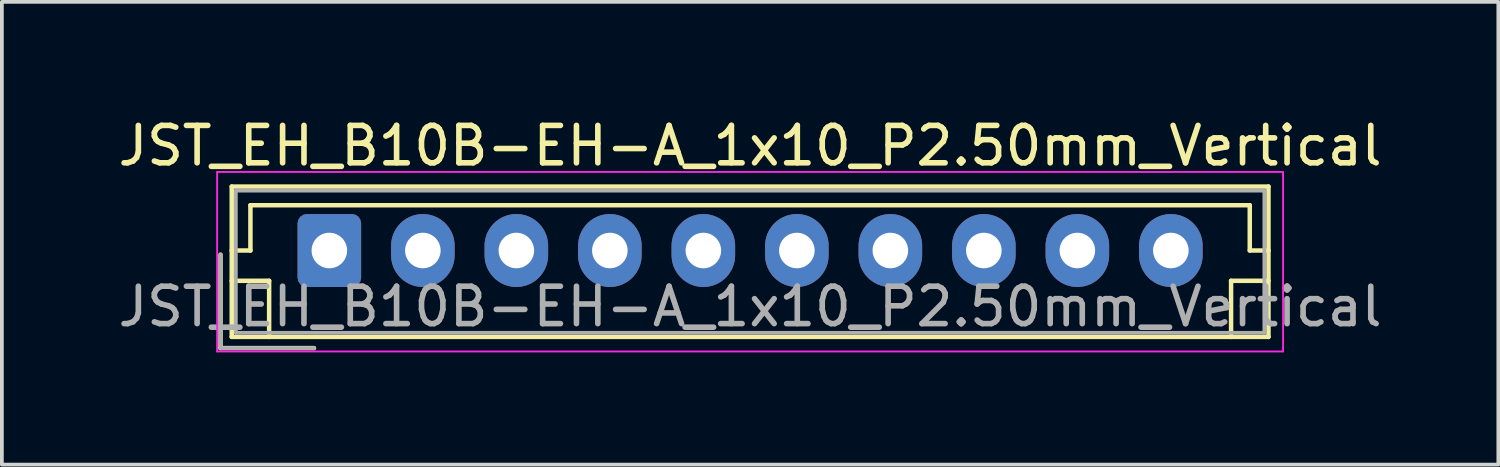
<source format=kicad_pcb>
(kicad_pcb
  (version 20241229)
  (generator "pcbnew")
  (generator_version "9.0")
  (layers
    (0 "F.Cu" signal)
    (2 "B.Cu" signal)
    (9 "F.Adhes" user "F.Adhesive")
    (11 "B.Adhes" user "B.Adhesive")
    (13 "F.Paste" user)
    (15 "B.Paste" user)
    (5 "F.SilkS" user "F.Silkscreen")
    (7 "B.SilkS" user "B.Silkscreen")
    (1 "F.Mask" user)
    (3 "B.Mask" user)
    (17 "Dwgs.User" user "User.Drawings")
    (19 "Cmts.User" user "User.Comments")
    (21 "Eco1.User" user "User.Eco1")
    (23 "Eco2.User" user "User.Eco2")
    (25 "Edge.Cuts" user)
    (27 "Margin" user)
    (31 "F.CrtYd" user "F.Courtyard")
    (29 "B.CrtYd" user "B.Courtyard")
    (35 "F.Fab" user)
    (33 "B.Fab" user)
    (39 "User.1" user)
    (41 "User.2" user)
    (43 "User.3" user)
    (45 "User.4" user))
  (footprint "JST_EH_B10B-EH-A_1x10_P2.50mm_Vertical"
    (layer "F.Cu")
    (at 5.756 3.648)
    (property "Reference" "JST_EH_B10B-EH-A_1x10_P2.50mm_Vertical" (at 11.25 -2.8 0) (layer "F.SilkS") (effects (font (size 1 1) (thickness 0.15))))
    (attr through_hole)
    (fp_line (start -2.91 0.11) (end -2.91 2.61) (stroke (width 0.12) (type solid)) (layer "F.SilkS"))
    (fp_line (start -2.91 2.61) (end -0.41 2.61) (stroke (width 0.12) (type solid)) (layer "F.SilkS"))
    (fp_line (start -2.61 -1.71) (end -2.61 2.31) (stroke (width 0.12) (type solid)) (layer "F.SilkS"))
    (fp_line (start -2.61 0) (end -2.11 0) (stroke (width 0.12) (type solid)) (layer "F.SilkS"))
    (fp_line (start -2.61 0.81) (end -1.61 0.81) (stroke (width 0.12) (type solid)) (layer "F.SilkS"))
    (fp_line (start -2.61 2.31) (end 25.11 2.31) (stroke (width 0.12) (type solid)) (layer "F.SilkS"))
    (fp_line (start -2.11 -1.21) (end 24.61 -1.21) (stroke (width 0.12) (type solid)) (layer "F.SilkS"))
    (fp_line (start -2.11 0) (end -2.11 -1.21) (stroke (width 0.12) (type solid)) (layer "F.SilkS"))
    (fp_line (start -1.61 0.81) (end -1.61 2.31) (stroke (width 0.12) (type solid)) (layer "F.SilkS"))
    (fp_line (start 24.11 0.81) (end 24.11 2.31) (stroke (width 0.12) (type solid)) (layer "F.SilkS"))
    (fp_line (start 24.61 -1.21) (end 24.61 0) (stroke (width 0.12) (type solid)) (layer "F.SilkS"))
    (fp_line (start 24.61 0) (end 25.11 0) (stroke (width 0.12) (type solid)) (layer "F.SilkS"))
    (fp_line (start 25.11 -1.71) (end -2.61 -1.71) (stroke (width 0.12) (type solid)) (layer "F.SilkS"))
    (fp_line (start 25.11 0.81) (end 24.11 0.81) (stroke (width 0.12) (type solid)) (layer "F.SilkS"))
    (fp_line (start 25.11 2.31) (end 25.11 -1.71) (stroke (width 0.12) (type solid)) (layer "F.SilkS"))
    (fp_line (start -3 -2.1) (end -3 2.7) (stroke (width 0.05) (type solid)) (layer "F.CrtYd"))
    (fp_line (start -3 2.7) (end 25.5 2.7) (stroke (width 0.05) (type solid)) (layer "F.CrtYd"))
    (fp_line (start 25.5 -2.1) (end -3 -2.1) (stroke (width 0.05) (type solid)) (layer "F.CrtYd"))
    (fp_line (start 25.5 2.7) (end 25.5 -2.1) (stroke (width 0.05) (type solid)) (layer "F.CrtYd"))
    (fp_line (start -2.91 0.11) (end -2.91 2.61) (stroke (width 0.1) (type solid)) (layer "F.Fab"))
    (fp_line (start -2.91 2.61) (end -0.41 2.61) (stroke (width 0.1) (type solid)) (layer "F.Fab"))
    (fp_line (start -2.5 -1.6) (end -2.5 2.2) (stroke (width 0.1) (type solid)) (layer "F.Fab"))
    (fp_line (start -2.5 2.2) (end 25 2.2) (stroke (width 0.1) (type solid)) (layer "F.Fab"))
    (fp_line (start 25 -1.6) (end -2.5 -1.6) (stroke (width 0.1) (type solid)) (layer "F.Fab"))
    (fp_line (start 25 2.2) (end 25 -1.6) (stroke (width 0.1) (type solid)) (layer "F.Fab"))
    (fp_text user "${REFERENCE}" (at 11.25 1.5 0) (layer "F.Fab") (effects (font (size 1 1) (thickness 0.15))))
    (pad "1" thru_hole roundrect (at 0 0) (size 1.7 1.95) (drill 0.95) (layers "*.Cu" "*.Mask") (roundrect_rratio 0.147))
    (pad "2" thru_hole oval (at 2.5 0) (size 1.7 1.95) (drill 0.95) (layers "*.Cu" "*.Mask"))
    (pad "3" thru_hole oval (at 5 0) (size 1.7 1.95) (drill 0.95) (layers "*.Cu" "*.Mask"))
    (pad "4" thru_hole oval (at 7.5 0) (size 1.7 1.95) (drill 0.95) (layers "*.Cu" "*.Mask"))
    (pad "5" thru_hole oval (at 10 0) (size 1.7 1.95) (drill 0.95) (layers "*.Cu" "*.Mask"))
    (pad "6" thru_hole oval (at 12.5 0) (size 1.7 1.95) (drill 0.95) (layers "*.Cu" "*.Mask"))
    (pad "7" thru_hole oval (at 15 0) (size 1.7 1.95) (drill 0.95) (layers "*.Cu" "*.Mask"))
    (pad "8" thru_hole oval (at 17.5 0) (size 1.7 1.95) (drill 0.95) (layers "*.Cu" "*.Mask"))
    (pad "9" thru_hole oval (at 20 0) (size 1.7 1.95) (drill 0.95) (layers "*.Cu" "*.Mask"))
    (pad "10" thru_hole oval (at 22.5 0) (size 1.7 1.95) (drill 0.95) (layers "*.Cu" "*.Mask")))
  (gr_rect
    (start -3 -3)
    (end 37.012 9.373)
    (stroke (width 0.1) (type default))
    (fill no)
    (layer "Edge.Cuts")))
</source>
